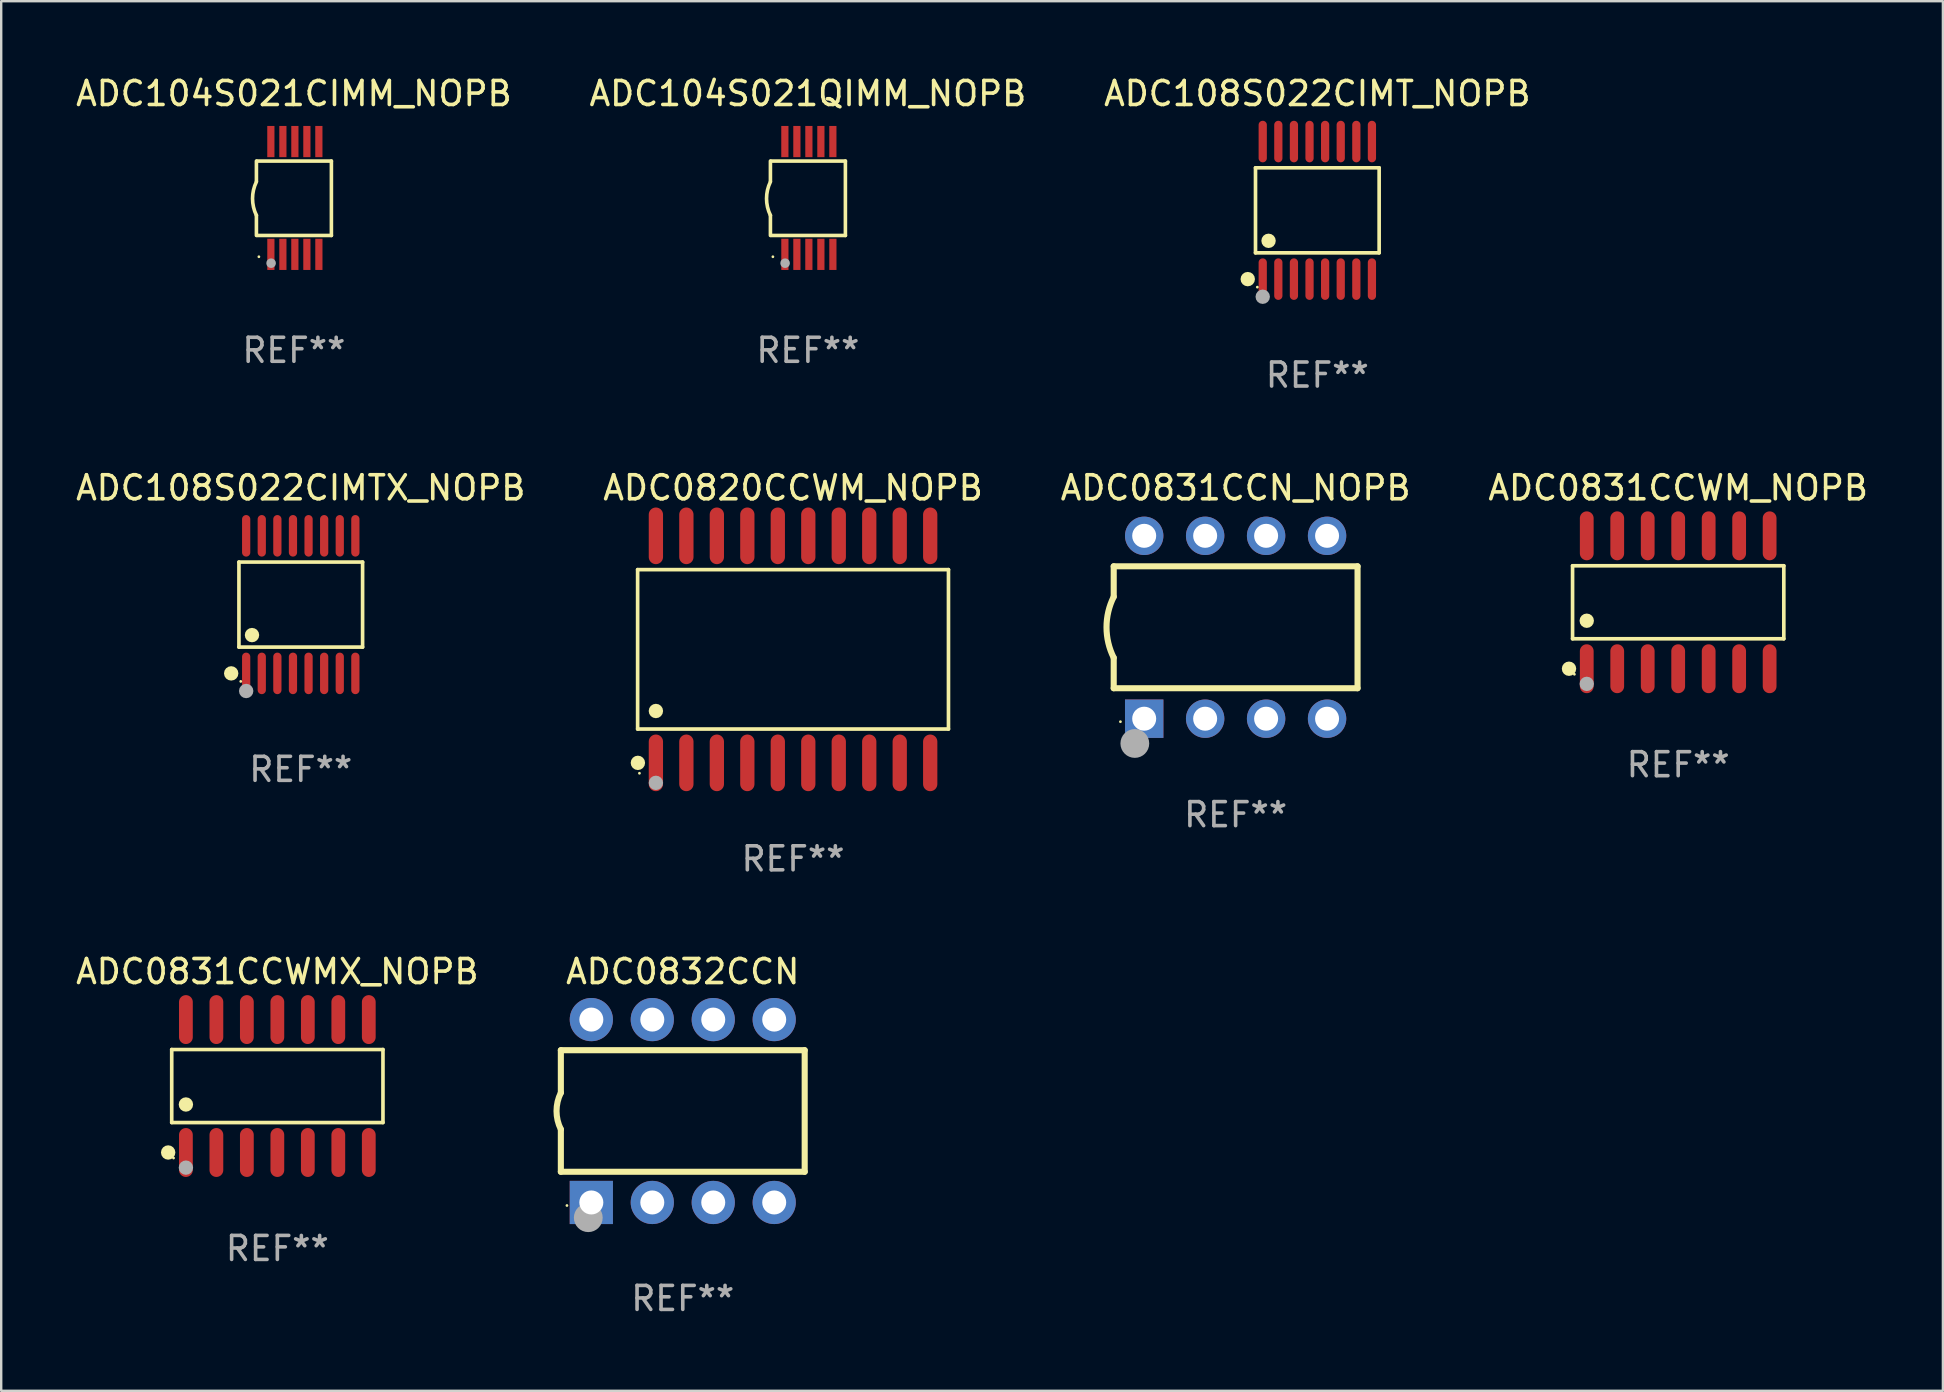
<source format=kicad_pcb>
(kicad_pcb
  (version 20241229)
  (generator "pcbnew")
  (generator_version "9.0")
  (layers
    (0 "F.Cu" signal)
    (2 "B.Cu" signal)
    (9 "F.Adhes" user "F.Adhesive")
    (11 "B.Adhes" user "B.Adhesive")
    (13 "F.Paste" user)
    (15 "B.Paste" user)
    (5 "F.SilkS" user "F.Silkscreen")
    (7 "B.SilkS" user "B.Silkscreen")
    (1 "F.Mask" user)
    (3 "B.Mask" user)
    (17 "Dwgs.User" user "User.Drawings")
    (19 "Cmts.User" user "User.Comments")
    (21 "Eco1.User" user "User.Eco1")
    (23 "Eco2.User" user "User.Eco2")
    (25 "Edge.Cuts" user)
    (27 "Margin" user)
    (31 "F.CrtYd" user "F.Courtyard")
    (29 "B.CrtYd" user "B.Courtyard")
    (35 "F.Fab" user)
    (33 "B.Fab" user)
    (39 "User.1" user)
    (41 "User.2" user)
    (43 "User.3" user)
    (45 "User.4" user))
  (footprint "ADC0831CCWM_NOPB"
    (layer "F.Cu")
    (at 66.875 22.045)
    (property "Reference" "ADC0831CCWM_NOPB" (at 0 -4.769 0) (layer "F.SilkS") (effects (font (size 1 1) (thickness 0.15))))
    (attr through_hole)
    (fp_line (start -4.401 -1.521) (end 4.401 -1.521) (stroke (width 0.152) (type solid)) (layer "F.SilkS"))
    (fp_line (start -4.401 1.521) (end -4.401 -1.521) (stroke (width 0.152) (type solid)) (layer "F.SilkS"))
    (fp_line (start 4.401 -1.521) (end 4.401 1.521) (stroke (width 0.152) (type solid)) (layer "F.SilkS"))
    (fp_line (start 4.401 1.521) (end -4.401 1.521) (stroke (width 0.152) (type solid)) (layer "F.SilkS"))
    (fp_circle (center -4.549 2.769) (end -4.399 2.769) (stroke (width 0.3) (type solid)) (fill no) (layer "F.SilkS"))
    (fp_circle (center -4.325 3) (end -4.295 3) (stroke (width 0.06) (type solid)) (fill no) (layer "F.SilkS"))
    (fp_circle (center -3.81 0.769) (end -3.66 0.769) (stroke (width 0.3) (type solid)) (fill no) (layer "F.SilkS"))
    (fp_circle (center -3.81 3.4) (end -3.66 3.4) (stroke (width 0.3) (type solid)) (fill no) (layer "F.Fab"))
    (fp_text user "REF**" (at 0 6.769 0) (layer "F.Fab") (effects (font (size 1 1) (thickness 0.15))))
    (pad "1" smd oval (at -3.81 2.769) (size 0.574 2.038) (layers "F.Cu" "F.Mask" "F.Paste"))
    (pad "2" smd oval (at -2.54 2.769) (size 0.574 2.038) (layers "F.Cu" "F.Mask" "F.Paste"))
    (pad "3" smd oval (at -1.27 2.769) (size 0.574 2.038) (layers "F.Cu" "F.Mask" "F.Paste"))
    (pad "4" smd oval (at 0 2.769) (size 0.574 2.038) (layers "F.Cu" "F.Mask" "F.Paste"))
    (pad "5" smd oval (at 1.27 2.769) (size 0.574 2.038) (layers "F.Cu" "F.Mask" "F.Paste"))
    (pad "6" smd oval (at 2.54 2.769) (size 0.574 2.038) (layers "F.Cu" "F.Mask" "F.Paste"))
    (pad "7" smd oval (at 3.81 2.769) (size 0.574 2.038) (layers "F.Cu" "F.Mask" "F.Paste"))
    (pad "8" smd oval (at 3.81 -2.769) (size 0.574 2.038) (layers "F.Cu" "F.Mask" "F.Paste"))
    (pad "9" smd oval (at 2.54 -2.769) (size 0.574 2.038) (layers "F.Cu" "F.Mask" "F.Paste"))
    (pad "10" smd oval (at 1.27 -2.769) (size 0.574 2.038) (layers "F.Cu" "F.Mask" "F.Paste"))
    (pad "11" smd oval (at 0 -2.769) (size 0.574 2.038) (layers "F.Cu" "F.Mask" "F.Paste"))
    (pad "12" smd oval (at -1.27 -2.769) (size 0.574 2.038) (layers "F.Cu" "F.Mask" "F.Paste"))
    (pad "13" smd oval (at -2.54 -2.769) (size 0.574 2.038) (layers "F.Cu" "F.Mask" "F.Paste"))
    (pad "14" smd oval (at -3.81 -2.769) (size 0.574 2.038) (layers "F.Cu" "F.Mask" "F.Paste")))
  (footprint "ADC0831CCWMX_NOPB"
    (layer "F.Cu")
    (at 8.506 42.202)
    (property "Reference" "ADC0831CCWMX_NOPB" (at 0 -4.769 0) (layer "F.SilkS") (effects (font (size 1 1) (thickness 0.15))))
    (attr through_hole)
    (fp_line (start -4.401 -1.521) (end 4.401 -1.521) (stroke (width 0.152) (type solid)) (layer "F.SilkS"))
    (fp_line (start -4.401 1.521) (end -4.401 -1.521) (stroke (width 0.152) (type solid)) (layer "F.SilkS"))
    (fp_line (start 4.401 -1.521) (end 4.401 1.521) (stroke (width 0.152) (type solid)) (layer "F.SilkS"))
    (fp_line (start 4.401 1.521) (end -4.401 1.521) (stroke (width 0.152) (type solid)) (layer "F.SilkS"))
    (fp_circle (center -4.549 2.769) (end -4.399 2.769) (stroke (width 0.3) (type solid)) (fill no) (layer "F.SilkS"))
    (fp_circle (center -4.325 3) (end -4.295 3) (stroke (width 0.06) (type solid)) (fill no) (layer "F.SilkS"))
    (fp_circle (center -3.81 0.769) (end -3.66 0.769) (stroke (width 0.3) (type solid)) (fill no) (layer "F.SilkS"))
    (fp_circle (center -3.81 3.4) (end -3.66 3.4) (stroke (width 0.3) (type solid)) (fill no) (layer "F.Fab"))
    (fp_text user "REF**" (at 0 6.769 0) (layer "F.Fab") (effects (font (size 1 1) (thickness 0.15))))
    (pad "1" smd oval (at -3.81 2.769) (size 0.574 2.038) (layers "F.Cu" "F.Mask" "F.Paste"))
    (pad "2" smd oval (at -2.54 2.769) (size 0.574 2.038) (layers "F.Cu" "F.Mask" "F.Paste"))
    (pad "3" smd oval (at -1.27 2.769) (size 0.574 2.038) (layers "F.Cu" "F.Mask" "F.Paste"))
    (pad "4" smd oval (at 0 2.769) (size 0.574 2.038) (layers "F.Cu" "F.Mask" "F.Paste"))
    (pad "5" smd oval (at 1.27 2.769) (size 0.574 2.038) (layers "F.Cu" "F.Mask" "F.Paste"))
    (pad "6" smd oval (at 2.54 2.769) (size 0.574 2.038) (layers "F.Cu" "F.Mask" "F.Paste"))
    (pad "7" smd oval (at 3.81 2.769) (size 0.574 2.038) (layers "F.Cu" "F.Mask" "F.Paste"))
    (pad "8" smd oval (at 3.81 -2.769) (size 0.574 2.038) (layers "F.Cu" "F.Mask" "F.Paste"))
    (pad "9" smd oval (at 2.54 -2.769) (size 0.574 2.038) (layers "F.Cu" "F.Mask" "F.Paste"))
    (pad "10" smd oval (at 1.27 -2.769) (size 0.574 2.038) (layers "F.Cu" "F.Mask" "F.Paste"))
    (pad "11" smd oval (at 0 -2.769) (size 0.574 2.038) (layers "F.Cu" "F.Mask" "F.Paste"))
    (pad "12" smd oval (at -1.27 -2.769) (size 0.574 2.038) (layers "F.Cu" "F.Mask" "F.Paste"))
    (pad "13" smd oval (at -2.54 -2.769) (size 0.574 2.038) (layers "F.Cu" "F.Mask" "F.Paste"))
    (pad "14" smd oval (at -3.81 -2.769) (size 0.574 2.038) (layers "F.Cu" "F.Mask" "F.Paste")))
  (footprint "ADC104S021QIMM_NOPB"
    (layer "F.Cu")
    (at 30.613 5.198)
    (property "Reference" "ADC104S021QIMM_NOPB" (at 0 -4.35 0) (layer "F.SilkS") (effects (font (size 1 1) (thickness 0.15))))
    (attr through_hole)
    (fp_line (start -1.562 -1.537) (end -1.562 -0.698) (stroke (width 0.15) (type solid)) (layer "F.SilkS"))
    (fp_line (start -1.562 0.724) (end -1.562 1.562) (stroke (width 0.15) (type solid)) (layer "F.SilkS"))
    (fp_line (start -1.538 -1.537) (end 1.562 -1.537) (stroke (width 0.15) (type solid)) (layer "F.SilkS"))
    (fp_line (start -1.538 1.562) (end 1.562 1.562) (stroke (width 0.15) (type solid)) (layer "F.SilkS"))
    (fp_line (start 1.562 1.564) (end 1.562 -1.537) (stroke (width 0.15) (type solid)) (layer "F.SilkS"))
    (fp_arc (start -1.562103 0.724079) (mid -1.723579 0.025578) (end -1.562103 -0.672924) (stroke (width 0.150013) (type solid)) (layer "F.SilkS"))
    (fp_circle (center -1.459 2.45) (end -1.429 2.45) (stroke (width 0.06) (type solid)) (fill no) (layer "F.SilkS"))
    (fp_circle (center -0.95 2.718) (end -0.85 2.718) (stroke (width 0.2) (type solid)) (fill no) (layer "F.Fab"))
    (fp_text user "REF**" (at 0 6.35 0) (layer "F.Fab") (effects (font (size 1 1) (thickness 0.15))))
    (pad "1" smd rect (at -0.959 2.35) (size 0.3 1.3) (layers "F.Cu" "F.Mask" "F.Paste"))
    (pad "2" smd rect (at -0.459 2.35) (size 0.3 1.3) (layers "F.Cu" "F.Mask" "F.Paste"))
    (pad "3" smd rect (at 0.04 2.35) (size 0.3 1.3) (layers "F.Cu" "F.Mask" "F.Paste"))
    (pad "4" smd rect (at 0.541 2.35) (size 0.3 1.3) (layers "F.Cu" "F.Mask" "F.Paste"))
    (pad "5" smd rect (at 1.041 2.35) (size 0.3 1.3) (layers "F.Cu" "F.Mask" "F.Paste"))
    (pad "6" smd rect (at 1.04 -2.35) (size 0.3 1.3) (layers "F.Cu" "F.Mask" "F.Paste"))
    (pad "7" smd rect (at 0.541 -2.35) (size 0.3 1.3) (layers "F.Cu" "F.Mask" "F.Paste"))
    (pad "8" smd rect (at 0.041 -2.35) (size 0.3 1.3) (layers "F.Cu" "F.Mask" "F.Paste"))
    (pad "9" smd rect (at -0.459 -2.35) (size 0.3 1.3) (layers "F.Cu" "F.Mask" "F.Paste"))
    (pad "10" smd rect (at -0.96 -2.35) (size 0.3 1.3) (layers "F.Cu" "F.Mask" "F.Paste")))
  (footprint "ADC0831CCN_NOPB"
    (layer "F.Cu")
    (at 48.435 23.086)
    (property "Reference" "ADC0831CCN_NOPB" (at 0 -5.81 0) (layer "F.SilkS") (effects (font (size 1 1) (thickness 0.15))))
    (attr through_hole)
    (fp_line (start -5.08 -1.27) (end -5.08 -2.54) (stroke (width 0.254) (type solid)) (layer "F.SilkS"))
    (fp_line (start -5.08 2.54) (end -5.08 1.27) (stroke (width 0.254) (type solid)) (layer "F.SilkS"))
    (fp_line (start 5.08 -2.54) (end -5.08 -2.54) (stroke (width 0.254) (type solid)) (layer "F.SilkS"))
    (fp_line (start 5.08 2.54) (end -5.08 2.54) (stroke (width 0.254) (type solid)) (layer "F.SilkS"))
    (fp_line (start 5.08 2.54) (end 5.08 -2.54) (stroke (width 0.254) (type solid)) (layer "F.SilkS"))
    (fp_arc (start -5.080011 1.270002) (mid -5.379818 -0.000001) (end -5.08001 -1.270003) (stroke (width 0.254001) (type solid)) (layer "F.SilkS"))
    (fp_circle (center -4.8 3.935) (end -4.77 3.935) (stroke (width 0.06) (type solid)) (fill no) (layer "F.SilkS"))
    (fp_circle (center -4.2 4.842) (end -3.9 4.842) (stroke (width 0.6) (type solid)) (fill no) (layer "F.Fab"))
    (fp_text user "REF**" (at 0 7.81 0) (layer "F.Fab") (effects (font (size 1 1) (thickness 0.15))))
    (pad "1" thru_hole rect (at -3.81 3.81) (size 1.6 1.6) (drill 1) (layers "*.Cu" "*.Mask"))
    (pad "2" thru_hole circle (at -1.27 3.81) (size 1.6 1.6) (drill 1) (layers "*.Cu" "*.Mask"))
    (pad "3" thru_hole circle (at 1.27 3.81) (size 1.6 1.6) (drill 1) (layers "*.Cu" "*.Mask"))
    (pad "4" thru_hole circle (at 3.81 3.81) (size 1.6 1.6) (drill 1) (layers "*.Cu" "*.Mask"))
    (pad "5" thru_hole circle (at 3.81 -3.81) (size 1.6 1.6) (drill 1) (layers "*.Cu" "*.Mask"))
    (pad "6" thru_hole circle (at 1.27 -3.81) (size 1.6 1.6) (drill 1) (layers "*.Cu" "*.Mask"))
    (pad "7" thru_hole circle (at -1.27 -3.81) (size 1.6 1.6) (drill 1) (layers "*.Cu" "*.Mask"))
    (pad "8" thru_hole circle (at -3.81 -3.81) (size 1.6 1.6) (drill 1) (layers "*.Cu" "*.Mask")))
  (footprint "ADC108S022CIMT_NOPB"
    (layer "F.Cu")
    (at 51.839 5.714)
    (property "Reference" "ADC108S022CIMT_NOPB" (at 0 -4.866 0) (layer "F.SilkS") (effects (font (size 1 1) (thickness 0.15))))
    (attr through_hole)
    (fp_line (start -2.576 -1.772) (end 2.576 -1.772) (stroke (width 0.152) (type solid)) (layer "F.SilkS"))
    (fp_line (start -2.576 1.771) (end -2.576 -1.772) (stroke (width 0.152) (type solid)) (layer "F.SilkS"))
    (fp_line (start 2.576 -1.772) (end 2.576 1.771) (stroke (width 0.152) (type solid)) (layer "F.SilkS"))
    (fp_line (start 2.576 1.771) (end -2.576 1.771) (stroke (width 0.152) (type solid)) (layer "F.SilkS"))
    (fp_circle (center -2.899 2.866) (end -2.749 2.866) (stroke (width 0.3) (type solid)) (fill no) (layer "F.SilkS"))
    (fp_circle (center -2.5 3.2) (end -2.47 3.2) (stroke (width 0.06) (type solid)) (fill no) (layer "F.SilkS"))
    (fp_circle (center -2.032 1.27) (end -1.882 1.27) (stroke (width 0.3) (type solid)) (fill no) (layer "F.SilkS"))
    (fp_circle (center -2.275 3.6) (end -2.125 3.6) (stroke (width 0.3) (type solid)) (fill no) (layer "F.Fab"))
    (fp_text user "REF**" (at 0 6.866 0) (layer "F.Fab") (effects (font (size 1 1) (thickness 0.15))))
    (pad "1" smd oval (at -2.275 2.866) (size 0.343 1.731) (layers "F.Cu" "F.Mask" "F.Paste"))
    (pad "2" smd oval (at -1.625 2.866) (size 0.343 1.731) (layers "F.Cu" "F.Mask" "F.Paste"))
    (pad "3" smd oval (at -0.975 2.866) (size 0.343 1.731) (layers "F.Cu" "F.Mask" "F.Paste"))
    (pad "4" smd oval (at -0.325 2.866) (size 0.343 1.731) (layers "F.Cu" "F.Mask" "F.Paste"))
    (pad "5" smd oval (at 0.325 2.866) (size 0.343 1.731) (layers "F.Cu" "F.Mask" "F.Paste"))
    (pad "6" smd oval (at 0.975 2.866) (size 0.343 1.731) (layers "F.Cu" "F.Mask" "F.Paste"))
    (pad "7" smd oval (at 1.625 2.866) (size 0.343 1.731) (layers "F.Cu" "F.Mask" "F.Paste"))
    (pad "8" smd oval (at 2.275 2.866) (size 0.343 1.731) (layers "F.Cu" "F.Mask" "F.Paste"))
    (pad "9" smd oval (at 2.275 -2.866) (size 0.343 1.731) (layers "F.Cu" "F.Mask" "F.Paste"))
    (pad "10" smd oval (at 1.625 -2.866) (size 0.343 1.731) (layers "F.Cu" "F.Mask" "F.Paste"))
    (pad "11" smd oval (at 0.975 -2.866) (size 0.343 1.731) (layers "F.Cu" "F.Mask" "F.Paste"))
    (pad "12" smd oval (at 0.325 -2.866) (size 0.343 1.731) (layers "F.Cu" "F.Mask" "F.Paste"))
    (pad "13" smd oval (at -0.325 -2.866) (size 0.343 1.731) (layers "F.Cu" "F.Mask" "F.Paste"))
    (pad "14" smd oval (at -0.975 -2.866) (size 0.343 1.731) (layers "F.Cu" "F.Mask" "F.Paste"))
    (pad "15" smd oval (at -1.625 -2.866) (size 0.343 1.731) (layers "F.Cu" "F.Mask" "F.Paste"))
    (pad "16" smd oval (at -2.275 -2.866) (size 0.343 1.731) (layers "F.Cu" "F.Mask" "F.Paste")))
  (footprint "ADC104S021CIMM_NOPB"
    (layer "F.Cu")
    (at 9.196 5.198)
    (property "Reference" "ADC104S021CIMM_NOPB" (at 0 -4.35 0) (layer "F.SilkS") (effects (font (size 1 1) (thickness 0.15))))
    (attr through_hole)
    (fp_line (start -1.562 -1.537) (end -1.562 -0.698) (stroke (width 0.15) (type solid)) (layer "F.SilkS"))
    (fp_line (start -1.562 0.724) (end -1.562 1.562) (stroke (width 0.15) (type solid)) (layer "F.SilkS"))
    (fp_line (start -1.538 -1.537) (end 1.562 -1.537) (stroke (width 0.15) (type solid)) (layer "F.SilkS"))
    (fp_line (start -1.538 1.562) (end 1.562 1.562) (stroke (width 0.15) (type solid)) (layer "F.SilkS"))
    (fp_line (start 1.562 1.564) (end 1.562 -1.537) (stroke (width 0.15) (type solid)) (layer "F.SilkS"))
    (fp_arc (start -1.562103 0.724079) (mid -1.723579 0.025578) (end -1.562103 -0.672924) (stroke (width 0.150013) (type solid)) (layer "F.SilkS"))
    (fp_circle (center -1.459 2.45) (end -1.429 2.45) (stroke (width 0.06) (type solid)) (fill no) (layer "F.SilkS"))
    (fp_circle (center -0.95 2.718) (end -0.85 2.718) (stroke (width 0.2) (type solid)) (fill no) (layer "F.Fab"))
    (fp_text user "REF**" (at 0 6.35 0) (layer "F.Fab") (effects (font (size 1 1) (thickness 0.15))))
    (pad "1" smd rect (at -0.959 2.35) (size 0.3 1.3) (layers "F.Cu" "F.Mask" "F.Paste"))
    (pad "2" smd rect (at -0.459 2.35) (size 0.3 1.3) (layers "F.Cu" "F.Mask" "F.Paste"))
    (pad "3" smd rect (at 0.04 2.35) (size 0.3 1.3) (layers "F.Cu" "F.Mask" "F.Paste"))
    (pad "4" smd rect (at 0.541 2.35) (size 0.3 1.3) (layers "F.Cu" "F.Mask" "F.Paste"))
    (pad "5" smd rect (at 1.041 2.35) (size 0.3 1.3) (layers "F.Cu" "F.Mask" "F.Paste"))
    (pad "6" smd rect (at 1.04 -2.35) (size 0.3 1.3) (layers "F.Cu" "F.Mask" "F.Paste"))
    (pad "7" smd rect (at 0.541 -2.35) (size 0.3 1.3) (layers "F.Cu" "F.Mask" "F.Paste"))
    (pad "8" smd rect (at 0.041 -2.35) (size 0.3 1.3) (layers "F.Cu" "F.Mask" "F.Paste"))
    (pad "9" smd rect (at -0.459 -2.35) (size 0.3 1.3) (layers "F.Cu" "F.Mask" "F.Paste"))
    (pad "10" smd rect (at -0.96 -2.35) (size 0.3 1.3) (layers "F.Cu" "F.Mask" "F.Paste")))
  (footprint "ADC0820CCWM_NOPB"
    (layer "F.Cu")
    (at 29.994 24.006)
    (property "Reference" "ADC0820CCWM_NOPB" (at 0 -6.73 0) (layer "F.SilkS") (effects (font (size 1 1) (thickness 0.15))))
    (attr through_hole)
    (fp_line (start -6.476 -3.321) (end 6.476 -3.321) (stroke (width 0.152) (type solid)) (layer "F.SilkS"))
    (fp_line (start -6.476 3.321) (end -6.476 -3.321) (stroke (width 0.152) (type solid)) (layer "F.SilkS"))
    (fp_line (start 6.476 -3.321) (end 6.476 3.321) (stroke (width 0.152) (type solid)) (layer "F.SilkS"))
    (fp_line (start 6.476 3.321) (end -6.476 3.321) (stroke (width 0.152) (type solid)) (layer "F.SilkS"))
    (fp_circle (center -6.465 4.73) (end -6.315 4.73) (stroke (width 0.3) (type solid)) (fill no) (layer "F.SilkS"))
    (fp_circle (center -6.4 5.163) (end -6.37 5.163) (stroke (width 0.06) (type solid)) (fill no) (layer "F.SilkS"))
    (fp_circle (center -5.715 2.569) (end -5.565 2.569) (stroke (width 0.3) (type solid)) (fill no) (layer "F.SilkS"))
    (fp_circle (center -5.715 5.563) (end -5.565 5.563) (stroke (width 0.3) (type solid)) (fill no) (layer "F.Fab"))
    (fp_text user "REF**" (at 0 8.73 0) (layer "F.Fab") (effects (font (size 1 1) (thickness 0.15))))
    (pad "1" smd oval (at -5.715 4.73) (size 0.595 2.36) (layers "F.Cu" "F.Mask" "F.Paste"))
    (pad "2" smd oval (at -4.445 4.73) (size 0.595 2.36) (layers "F.Cu" "F.Mask" "F.Paste"))
    (pad "3" smd oval (at -3.175 4.73) (size 0.595 2.36) (layers "F.Cu" "F.Mask" "F.Paste"))
    (pad "4" smd oval (at -1.905 4.73) (size 0.595 2.36) (layers "F.Cu" "F.Mask" "F.Paste"))
    (pad "5" smd oval (at -0.635 4.73) (size 0.595 2.36) (layers "F.Cu" "F.Mask" "F.Paste"))
    (pad "6" smd oval (at 0.635 4.73) (size 0.595 2.36) (layers "F.Cu" "F.Mask" "F.Paste"))
    (pad "7" smd oval (at 1.905 4.73) (size 0.595 2.36) (layers "F.Cu" "F.Mask" "F.Paste"))
    (pad "8" smd oval (at 3.175 4.73) (size 0.595 2.36) (layers "F.Cu" "F.Mask" "F.Paste"))
    (pad "9" smd oval (at 4.445 4.73) (size 0.595 2.36) (layers "F.Cu" "F.Mask" "F.Paste"))
    (pad "10" smd oval (at 5.715 4.73) (size 0.595 2.36) (layers "F.Cu" "F.Mask" "F.Paste"))
    (pad "11" smd oval (at 5.715 -4.73) (size 0.595 2.36) (layers "F.Cu" "F.Mask" "F.Paste"))
    (pad "12" smd oval (at 4.445 -4.73) (size 0.595 2.36) (layers "F.Cu" "F.Mask" "F.Paste"))
    (pad "13" smd oval (at 3.175 -4.73) (size 0.595 2.36) (layers "F.Cu" "F.Mask" "F.Paste"))
    (pad "14" smd oval (at 1.905 -4.73) (size 0.595 2.36) (layers "F.Cu" "F.Mask" "F.Paste"))
    (pad "15" smd oval (at 0.635 -4.73) (size 0.595 2.36) (layers "F.Cu" "F.Mask" "F.Paste"))
    (pad "16" smd oval (at -0.635 -4.73) (size 0.595 2.36) (layers "F.Cu" "F.Mask" "F.Paste"))
    (pad "17" smd oval (at -1.905 -4.73) (size 0.595 2.36) (layers "F.Cu" "F.Mask" "F.Paste"))
    (pad "18" smd oval (at -3.175 -4.73) (size 0.595 2.36) (layers "F.Cu" "F.Mask" "F.Paste"))
    (pad "19" smd oval (at -4.445 -4.73) (size 0.595 2.36) (layers "F.Cu" "F.Mask" "F.Paste"))
    (pad "20" smd oval (at -5.715 -4.73) (size 0.595 2.36) (layers "F.Cu" "F.Mask" "F.Paste")))
  (footprint "ADC108S022CIMTX_NOPB"
    (layer "F.Cu")
    (at 9.482 22.142)
    (property "Reference" "ADC108S022CIMTX_NOPB" (at 0 -4.866 0) (layer "F.SilkS") (effects (font (size 1 1) (thickness 0.15))))
    (attr through_hole)
    (fp_line (start -2.576 -1.772) (end 2.576 -1.772) (stroke (width 0.152) (type solid)) (layer "F.SilkS"))
    (fp_line (start -2.576 1.771) (end -2.576 -1.772) (stroke (width 0.152) (type solid)) (layer "F.SilkS"))
    (fp_line (start 2.576 -1.772) (end 2.576 1.771) (stroke (width 0.152) (type solid)) (layer "F.SilkS"))
    (fp_line (start 2.576 1.771) (end -2.576 1.771) (stroke (width 0.152) (type solid)) (layer "F.SilkS"))
    (fp_circle (center -2.899 2.866) (end -2.749 2.866) (stroke (width 0.3) (type solid)) (fill no) (layer "F.SilkS"))
    (fp_circle (center -2.5 3.2) (end -2.47 3.2) (stroke (width 0.06) (type solid)) (fill no) (layer "F.SilkS"))
    (fp_circle (center -2.032 1.27) (end -1.882 1.27) (stroke (width 0.3) (type solid)) (fill no) (layer "F.SilkS"))
    (fp_circle (center -2.275 3.6) (end -2.125 3.6) (stroke (width 0.3) (type solid)) (fill no) (layer "F.Fab"))
    (fp_text user "REF**" (at 0 6.866 0) (layer "F.Fab") (effects (font (size 1 1) (thickness 0.15))))
    (pad "1" smd oval (at -2.275 2.866) (size 0.343 1.731) (layers "F.Cu" "F.Mask" "F.Paste"))
    (pad "2" smd oval (at -1.625 2.866) (size 0.343 1.731) (layers "F.Cu" "F.Mask" "F.Paste"))
    (pad "3" smd oval (at -0.975 2.866) (size 0.343 1.731) (layers "F.Cu" "F.Mask" "F.Paste"))
    (pad "4" smd oval (at -0.325 2.866) (size 0.343 1.731) (layers "F.Cu" "F.Mask" "F.Paste"))
    (pad "5" smd oval (at 0.325 2.866) (size 0.343 1.731) (layers "F.Cu" "F.Mask" "F.Paste"))
    (pad "6" smd oval (at 0.975 2.866) (size 0.343 1.731) (layers "F.Cu" "F.Mask" "F.Paste"))
    (pad "7" smd oval (at 1.625 2.866) (size 0.343 1.731) (layers "F.Cu" "F.Mask" "F.Paste"))
    (pad "8" smd oval (at 2.275 2.866) (size 0.343 1.731) (layers "F.Cu" "F.Mask" "F.Paste"))
    (pad "9" smd oval (at 2.275 -2.866) (size 0.343 1.731) (layers "F.Cu" "F.Mask" "F.Paste"))
    (pad "10" smd oval (at 1.625 -2.866) (size 0.343 1.731) (layers "F.Cu" "F.Mask" "F.Paste"))
    (pad "11" smd oval (at 0.975 -2.866) (size 0.343 1.731) (layers "F.Cu" "F.Mask" "F.Paste"))
    (pad "12" smd oval (at 0.325 -2.866) (size 0.343 1.731) (layers "F.Cu" "F.Mask" "F.Paste"))
    (pad "13" smd oval (at -0.325 -2.866) (size 0.343 1.731) (layers "F.Cu" "F.Mask" "F.Paste"))
    (pad "14" smd oval (at -0.975 -2.866) (size 0.343 1.731) (layers "F.Cu" "F.Mask" "F.Paste"))
    (pad "15" smd oval (at -1.625 -2.866) (size 0.343 1.731) (layers "F.Cu" "F.Mask" "F.Paste"))
    (pad "16" smd oval (at -2.275 -2.866) (size 0.343 1.731) (layers "F.Cu" "F.Mask" "F.Paste")))
  (footprint "ADC0832CCN"
    (layer "F.Cu")
    (at 25.399 43.243)
    (property "Reference" "ADC0832CCN" (at 0 -5.81 0) (layer "F.SilkS") (effects (font (size 1 1) (thickness 0.15))))
    (attr through_hole)
    (fp_line (start -5.08 -2.534) (end 5.08 -2.534) (stroke (width 0.254) (type solid)) (layer "F.SilkS"))
    (fp_line (start -5.08 -0.762) (end -5.08 -2.534) (stroke (width 0.254) (type solid)) (layer "F.SilkS"))
    (fp_line (start -5.08 2.531) (end -5.08 0.762) (stroke (width 0.254) (type solid)) (layer "F.SilkS"))
    (fp_line (start -5.08 2.531) (end 5.08 2.531) (stroke (width 0.254) (type solid)) (layer "F.SilkS"))
    (fp_line (start 5.08 2.531) (end 5.08 -2.534) (stroke (width 0.254) (type solid)) (layer "F.SilkS"))
    (fp_arc (start -5.08001 0.762001) (mid -5.259894 0) (end -5.08001 -0.762002) (stroke (width 0.254001) (type solid)) (layer "F.SilkS"))
    (fp_circle (center -4.826 3.937) (end -4.796 3.937) (stroke (width 0.06) (type solid)) (fill no) (layer "F.SilkS"))
    (fp_circle (center -3.937 4.445) (end -3.637 4.445) (stroke (width 0.6) (type solid)) (fill no) (layer "F.Fab"))
    (fp_text user "REF**" (at 0 7.81 0) (layer "F.Fab") (effects (font (size 1 1) (thickness 0.15))))
    (pad "1" thru_hole rect (at -3.81 3.81) (size 1.8 1.8) (drill 1) (layers "*.Cu" "*.Mask"))
    (pad "2" thru_hole circle (at -1.27 3.81) (size 1.8 1.8) (drill 1) (layers "*.Cu" "*.Mask"))
    (pad "3" thru_hole circle (at 1.27 3.81) (size 1.8 1.8) (drill 1) (layers "*.Cu" "*.Mask"))
    (pad "4" thru_hole circle (at 3.81 3.81) (size 1.8 1.8) (drill 1) (layers "*.Cu" "*.Mask"))
    (pad "5" thru_hole circle (at 3.81 -3.81) (size 1.8 1.8) (drill 1) (layers "*.Cu" "*.Mask"))
    (pad "6" thru_hole circle (at 1.27 -3.81) (size 1.8 1.8) (drill 1) (layers "*.Cu" "*.Mask"))
    (pad "7" thru_hole circle (at -1.27 -3.81) (size 1.8 1.8) (drill 1) (layers "*.Cu" "*.Mask"))
    (pad "8" thru_hole circle (at -3.81 -3.81) (size 1.8 1.8) (drill 1) (layers "*.Cu" "*.Mask")))
  (gr_rect
    (start -3 -3)
    (end 77.905 54.901)
    (stroke (width 0.1) (type default))
    (fill no)
    (layer "Edge.Cuts")))
</source>
